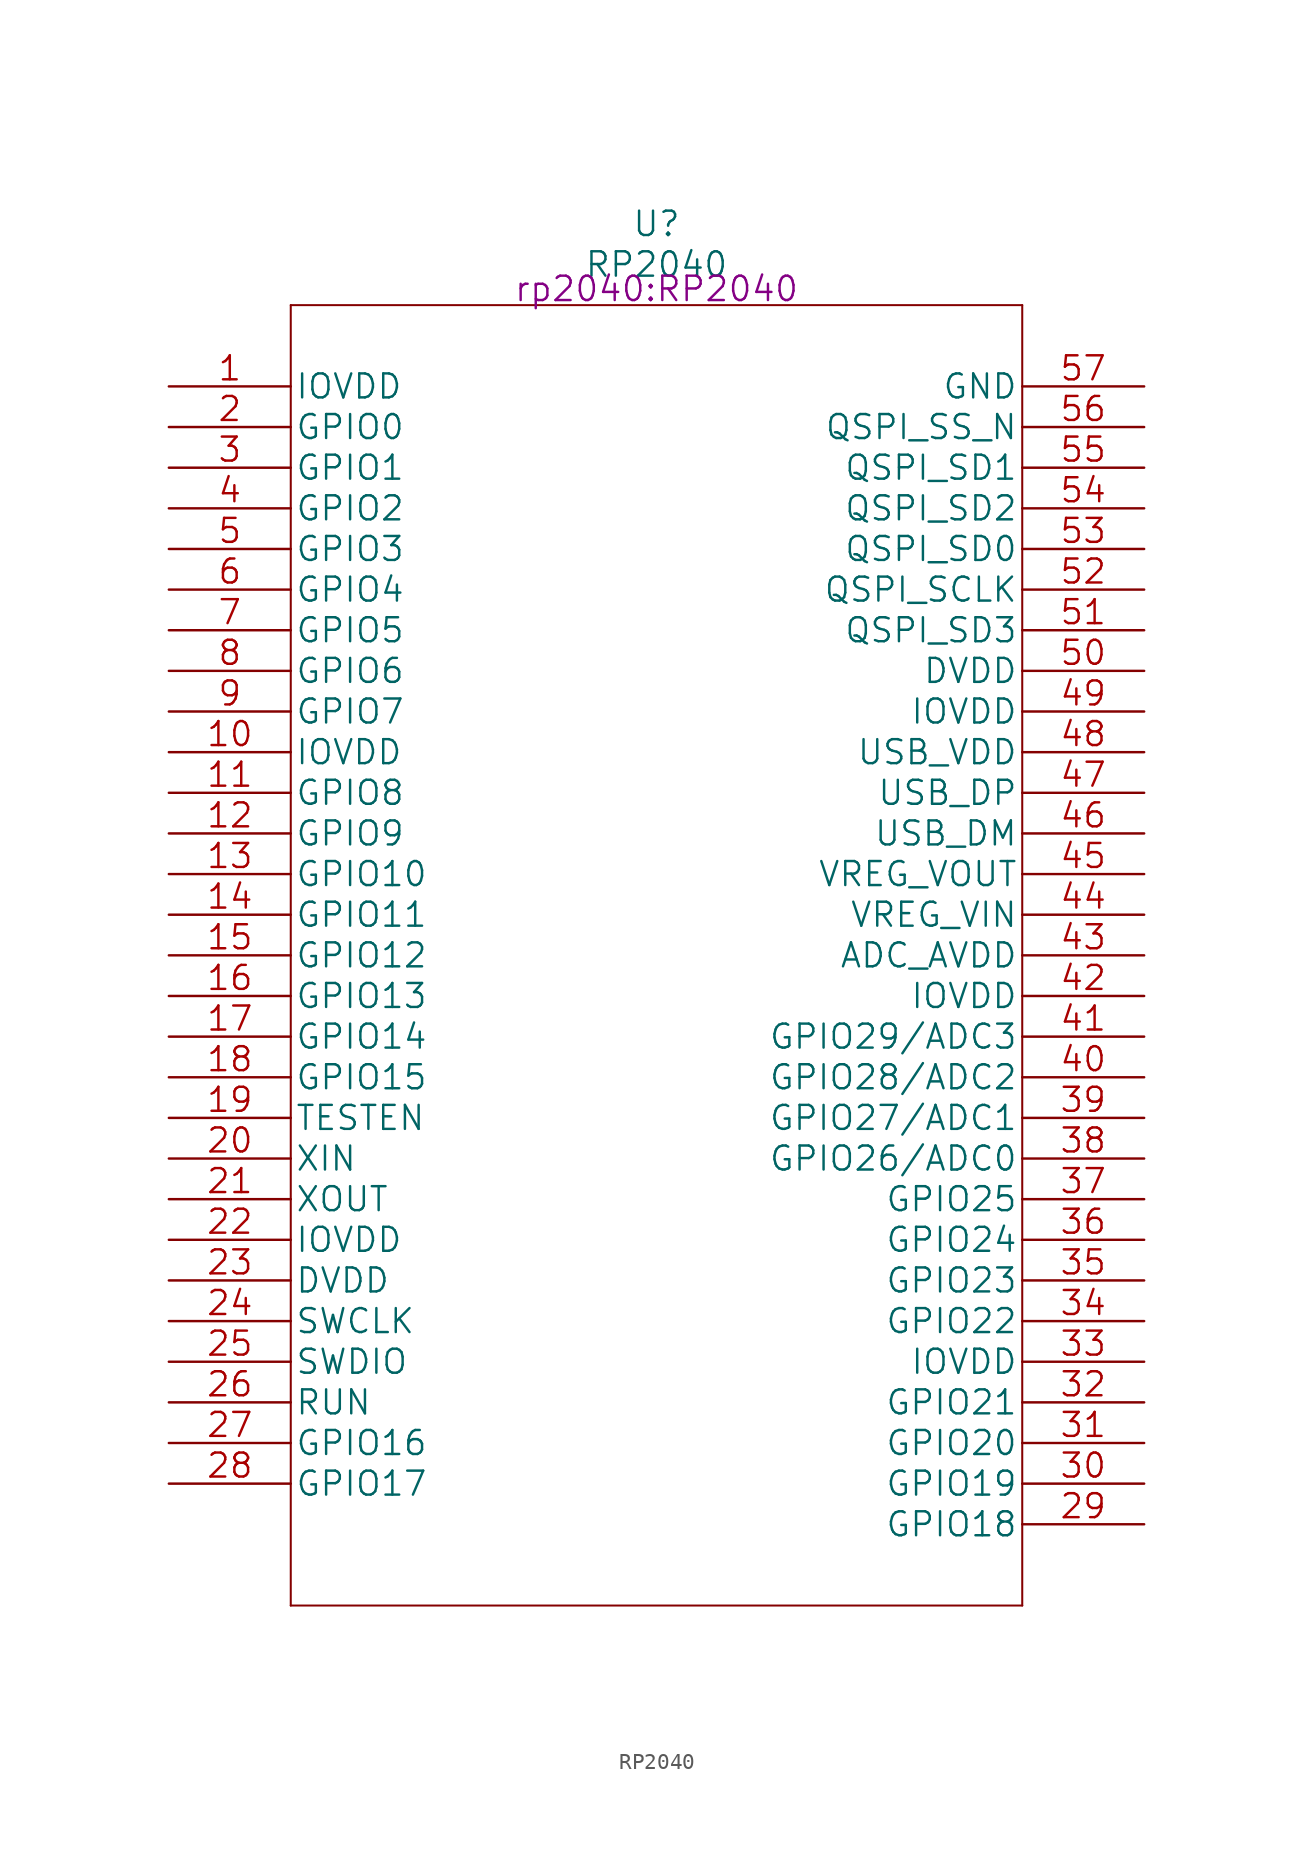
<source format=kicad_sym>
(kicad_symbol_lib
  (version 20211014)
  (generator kicad_symbol_editor)
  (symbol "RP2040"
    (pin_names
      (offset 0.254))
    (property "Reference" "U"
      (at 30.48 10.16 0)
      (effects (font (size 1.524 1.524))))
    (property "Value" "RP2040"
      (at 30.48 7.62 0)
      (effects (font (size 1.524 1.524))))
    (property "Footprint" "rp2040:RP2040"
      (at 30.48 6.096 0)
      (effects (font (size 1.524 1.524))))
    (property "Datasheet" ""
      (at 0 0 0)
      (effects (font (size 1.524 1.524))))
    (symbol "RP2040_1_1"
      (polyline (pts (xy 7.62 -76.2) (xy 53.34 -76.2)) (stroke (width 0.127) (type default) (color 0 0 0 0)) (fill (type none)))
      (polyline (pts (xy 7.62 5.08) (xy 7.62 -76.2)) (stroke (width 0.127) (type default) (color 0 0 0 0)) (fill (type none)))
      (polyline (pts (xy 53.34 -76.2) (xy 53.34 5.08)) (stroke (width 0.127) (type default) (color 0 0 0 0)) (fill (type none)))
      (polyline (pts (xy 53.34 5.08) (xy 7.62 5.08)) (stroke (width 0.127) (type default) (color 0 0 0 0)) (fill (type none)))
      (pin power_in line (at 0 0 0) (length 7.62) (name "IOVDD" (effects (font (size 1.499 1.499)))) (number "1" (effects (font (size 1.499 1.499)))))
      (pin power_in line (at 0 -22.86 0) (length 7.62) (name "IOVDD" (effects (font (size 1.499 1.499)))) (number "10" (effects (font (size 1.499 1.499)))))
      (pin bidirectional line (at 0 -25.4 0) (length 7.62) (name "GPIO8" (effects (font (size 1.499 1.499)))) (number "11" (effects (font (size 1.499 1.499)))))
      (pin bidirectional line (at 0 -27.94 0) (length 7.62) (name "GPIO9" (effects (font (size 1.499 1.499)))) (number "12" (effects (font (size 1.499 1.499)))))
      (pin bidirectional line (at 0 -30.48 0) (length 7.62) (name "GPIO10" (effects (font (size 1.499 1.499)))) (number "13" (effects (font (size 1.499 1.499)))))
      (pin bidirectional line (at 0 -33.02 0) (length 7.62) (name "GPIO11" (effects (font (size 1.499 1.499)))) (number "14" (effects (font (size 1.499 1.499)))))
      (pin bidirectional line (at 0 -35.56 0) (length 7.62) (name "GPIO12" (effects (font (size 1.499 1.499)))) (number "15" (effects (font (size 1.499 1.499)))))
      (pin bidirectional line (at 0 -38.1 0) (length 7.62) (name "GPIO13" (effects (font (size 1.499 1.499)))) (number "16" (effects (font (size 1.499 1.499)))))
      (pin bidirectional line (at 0 -40.64 0) (length 7.62) (name "GPIO14" (effects (font (size 1.499 1.499)))) (number "17" (effects (font (size 1.499 1.499)))))
      (pin bidirectional line (at 0 -43.18 0) (length 7.62) (name "GPIO15" (effects (font (size 1.499 1.499)))) (number "18" (effects (font (size 1.499 1.499)))))
      (pin unspecified line (at 0 -45.72 0) (length 7.62) (name "TESTEN" (effects (font (size 1.499 1.499)))) (number "19" (effects (font (size 1.499 1.499)))))
      (pin bidirectional line (at 0 -2.54 0) (length 7.62) (name "GPIO0" (effects (font (size 1.499 1.499)))) (number "2" (effects (font (size 1.499 1.499)))))
      (pin unspecified line (at 0 -48.26 0) (length 7.62) (name "XIN" (effects (font (size 1.499 1.499)))) (number "20" (effects (font (size 1.499 1.499)))))
      (pin output line (at 0 -50.8 0) (length 7.62) (name "XOUT" (effects (font (size 1.499 1.499)))) (number "21" (effects (font (size 1.499 1.499)))))
      (pin power_in line (at 0 -53.34 0) (length 7.62) (name "IOVDD" (effects (font (size 1.499 1.499)))) (number "22" (effects (font (size 1.499 1.499)))))
      (pin power_in line (at 0 -55.88 0) (length 7.62) (name "DVDD" (effects (font (size 1.499 1.499)))) (number "23" (effects (font (size 1.499 1.499)))))
      (pin unspecified line (at 0 -58.42 0) (length 7.62) (name "SWCLK" (effects (font (size 1.499 1.499)))) (number "24" (effects (font (size 1.499 1.499)))))
      (pin unspecified line (at 0 -60.96 0) (length 7.62) (name "SWDIO" (effects (font (size 1.499 1.499)))) (number "25" (effects (font (size 1.499 1.499)))))
      (pin unspecified line (at 0 -63.5 0) (length 7.62) (name "RUN" (effects (font (size 1.499 1.499)))) (number "26" (effects (font (size 1.499 1.499)))))
      (pin bidirectional line (at 0 -66.04 0) (length 7.62) (name "GPIO16" (effects (font (size 1.499 1.499)))) (number "27" (effects (font (size 1.499 1.499)))))
      (pin bidirectional line (at 0 -68.58 0) (length 7.62) (name "GPIO17" (effects (font (size 1.499 1.499)))) (number "28" (effects (font (size 1.499 1.499)))))
      (pin bidirectional line (at 60.96 -71.12 180) (length 7.62) (name "GPIO18" (effects (font (size 1.499 1.499)))) (number "29" (effects (font (size 1.499 1.499)))))
      (pin bidirectional line (at 0 -5.08 0) (length 7.62) (name "GPIO1" (effects (font (size 1.499 1.499)))) (number "3" (effects (font (size 1.499 1.499)))))
      (pin bidirectional line (at 60.96 -68.58 180) (length 7.62) (name "GPIO19" (effects (font (size 1.499 1.499)))) (number "30" (effects (font (size 1.499 1.499)))))
      (pin bidirectional line (at 60.96 -66.04 180) (length 7.62) (name "GPIO20" (effects (font (size 1.499 1.499)))) (number "31" (effects (font (size 1.499 1.499)))))
      (pin bidirectional line (at 60.96 -63.5 180) (length 7.62) (name "GPIO21" (effects (font (size 1.499 1.499)))) (number "32" (effects (font (size 1.499 1.499)))))
      (pin power_in line (at 60.96 -60.96 180) (length 7.62) (name "IOVDD" (effects (font (size 1.499 1.499)))) (number "33" (effects (font (size 1.499 1.499)))))
      (pin bidirectional line (at 60.96 -58.42 180) (length 7.62) (name "GPIO22" (effects (font (size 1.499 1.499)))) (number "34" (effects (font (size 1.499 1.499)))))
      (pin bidirectional line (at 60.96 -55.88 180) (length 7.62) (name "GPIO23" (effects (font (size 1.499 1.499)))) (number "35" (effects (font (size 1.499 1.499)))))
      (pin bidirectional line (at 60.96 -53.34 180) (length 7.62) (name "GPIO24" (effects (font (size 1.499 1.499)))) (number "36" (effects (font (size 1.499 1.499)))))
      (pin bidirectional line (at 60.96 -50.8 180) (length 7.62) (name "GPIO25" (effects (font (size 1.499 1.499)))) (number "37" (effects (font (size 1.499 1.499)))))
      (pin bidirectional line (at 60.96 -48.26 180) (length 7.62) (name "GPIO26/ADC0" (effects (font (size 1.499 1.499)))) (number "38" (effects (font (size 1.499 1.499)))))
      (pin bidirectional line (at 60.96 -45.72 180) (length 7.62) (name "GPIO27/ADC1" (effects (font (size 1.499 1.499)))) (number "39" (effects (font (size 1.499 1.499)))))
      (pin bidirectional line (at 0 -7.62 0) (length 7.62) (name "GPIO2" (effects (font (size 1.499 1.499)))) (number "4" (effects (font (size 1.499 1.499)))))
      (pin bidirectional line (at 60.96 -43.18 180) (length 7.62) (name "GPIO28/ADC2" (effects (font (size 1.499 1.499)))) (number "40" (effects (font (size 1.499 1.499)))))
      (pin bidirectional line (at 60.96 -40.64 180) (length 7.62) (name "GPIO29/ADC3" (effects (font (size 1.499 1.499)))) (number "41" (effects (font (size 1.499 1.499)))))
      (pin power_in line (at 60.96 -38.1 180) (length 7.62) (name "IOVDD" (effects (font (size 1.499 1.499)))) (number "42" (effects (font (size 1.499 1.499)))))
      (pin power_in line (at 60.96 -35.56 180) (length 7.62) (name "ADC_AVDD" (effects (font (size 1.499 1.499)))) (number "43" (effects (font (size 1.499 1.499)))))
      (pin unspecified line (at 60.96 -33.02 180) (length 7.62) (name "VREG_VIN" (effects (font (size 1.499 1.499)))) (number "44" (effects (font (size 1.499 1.499)))))
      (pin output line (at 60.96 -30.48 180) (length 7.62) (name "VREG_VOUT" (effects (font (size 1.499 1.499)))) (number "45" (effects (font (size 1.499 1.499)))))
      (pin unspecified line (at 60.96 -27.94 180) (length 7.62) (name "USB_DM" (effects (font (size 1.499 1.499)))) (number "46" (effects (font (size 1.499 1.499)))))
      (pin unspecified line (at 60.96 -25.4 180) (length 7.62) (name "USB_DP" (effects (font (size 1.499 1.499)))) (number "47" (effects (font (size 1.499 1.499)))))
      (pin power_in line (at 60.96 -22.86 180) (length 7.62) (name "USB_VDD" (effects (font (size 1.499 1.499)))) (number "48" (effects (font (size 1.499 1.499)))))
      (pin power_in line (at 60.96 -20.32 180) (length 7.62) (name "IOVDD" (effects (font (size 1.499 1.499)))) (number "49" (effects (font (size 1.499 1.499)))))
      (pin bidirectional line (at 0 -10.16 0) (length 7.62) (name "GPIO3" (effects (font (size 1.499 1.499)))) (number "5" (effects (font (size 1.499 1.499)))))
      (pin power_in line (at 60.96 -17.78 180) (length 7.62) (name "DVDD" (effects (font (size 1.499 1.499)))) (number "50" (effects (font (size 1.499 1.499)))))
      (pin bidirectional line (at 60.96 -15.24 180) (length 7.62) (name "QSPI_SD3" (effects (font (size 1.499 1.499)))) (number "51" (effects (font (size 1.499 1.499)))))
      (pin unspecified line (at 60.96 -12.7 180) (length 7.62) (name "QSPI_SCLK" (effects (font (size 1.499 1.499)))) (number "52" (effects (font (size 1.499 1.499)))))
      (pin bidirectional line (at 60.96 -10.16 180) (length 7.62) (name "QSPI_SD0" (effects (font (size 1.499 1.499)))) (number "53" (effects (font (size 1.499 1.499)))))
      (pin bidirectional line (at 60.96 -7.62 180) (length 7.62) (name "QSPI_SD2" (effects (font (size 1.499 1.499)))) (number "54" (effects (font (size 1.499 1.499)))))
      (pin bidirectional line (at 60.96 -5.08 180) (length 7.62) (name "QSPI_SD1" (effects (font (size 1.499 1.499)))) (number "55" (effects (font (size 1.499 1.499)))))
      (pin unspecified line (at 60.96 -2.54 180) (length 7.62) (name "QSPI_SS_N" (effects (font (size 1.499 1.499)))) (number "56" (effects (font (size 1.499 1.499)))))
      (pin power_in line (at 60.96 0 180) (length 7.62) (name "GND" (effects (font (size 1.499 1.499)))) (number "57" (effects (font (size 1.499 1.499)))))
      (pin bidirectional line (at 0 -12.7 0) (length 7.62) (name "GPIO4" (effects (font (size 1.499 1.499)))) (number "6" (effects (font (size 1.499 1.499)))))
      (pin bidirectional line (at 0 -15.24 0) (length 7.62) (name "GPIO5" (effects (font (size 1.499 1.499)))) (number "7" (effects (font (size 1.499 1.499)))))
      (pin bidirectional line (at 0 -17.78 0) (length 7.62) (name "GPIO6" (effects (font (size 1.499 1.499)))) (number "8" (effects (font (size 1.499 1.499)))))
      (pin bidirectional line (at 0 -20.32 0) (length 7.62) (name "GPIO7" (effects (font (size 1.499 1.499)))) (number "9" (effects (font (size 1.499 1.499))))))))
</source>
